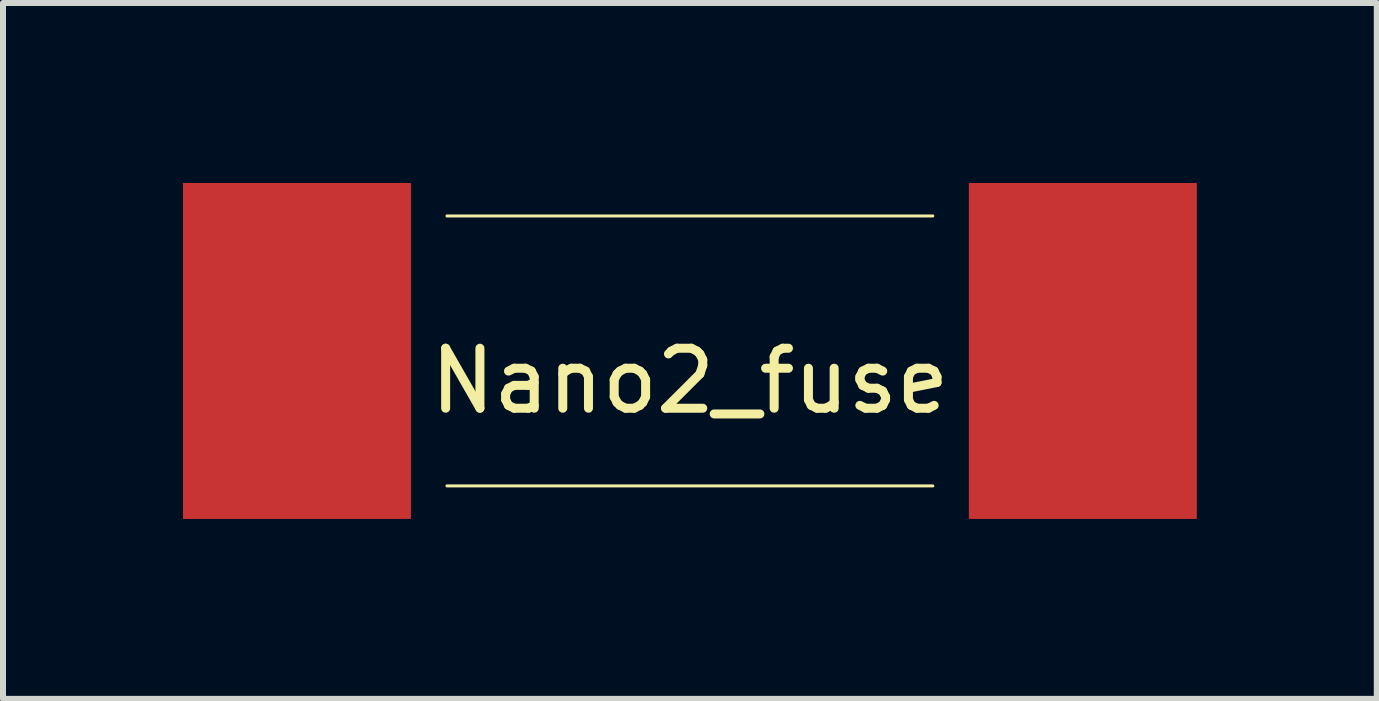
<source format=kicad_pcb>
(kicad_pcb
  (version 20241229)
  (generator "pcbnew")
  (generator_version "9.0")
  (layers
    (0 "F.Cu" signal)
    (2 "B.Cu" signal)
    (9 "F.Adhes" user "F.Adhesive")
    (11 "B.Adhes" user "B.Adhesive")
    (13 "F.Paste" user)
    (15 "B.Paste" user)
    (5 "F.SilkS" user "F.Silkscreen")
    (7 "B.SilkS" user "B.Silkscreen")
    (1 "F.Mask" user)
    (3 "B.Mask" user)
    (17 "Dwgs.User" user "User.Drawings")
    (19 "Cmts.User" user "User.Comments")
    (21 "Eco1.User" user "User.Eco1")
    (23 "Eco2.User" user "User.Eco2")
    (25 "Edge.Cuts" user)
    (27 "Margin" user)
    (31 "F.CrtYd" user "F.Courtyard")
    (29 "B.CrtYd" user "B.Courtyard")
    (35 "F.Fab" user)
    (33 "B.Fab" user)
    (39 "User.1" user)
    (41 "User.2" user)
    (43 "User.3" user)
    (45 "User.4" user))
  (footprint "Nano2_fuse"
    (layer "F.Cu")
    (at 8.45 2.8)
    (property "Reference" "Nano2_fuse" (at 0 0.5 0) (layer "F.SilkS") (effects (font (size 1 1) (thickness 0.15))))
    (attr through_hole)
    (fp_line (start -4.05 2.25) (end 4.05 2.25) (stroke (width 0.05) (type solid)) (layer "F.SilkS"))
    (fp_line (start 4.05 -2.25) (end -4.05 -2.25) (stroke (width 0.05) (type solid)) (layer "F.SilkS"))
    (pad "1" smd rect (at -6.55 0) (size 3.8 5.6) (layers "F.Cu" "F.Mask" "F.Paste"))
    (pad "2" smd rect (at 6.55 0) (size 3.8 5.6) (layers "F.Cu" "F.Mask" "F.Paste")))
  (gr_rect
    (start -3 -3)
    (end 19.9 8.6)
    (stroke (width 0.1) (type default))
    (fill no)
    (layer "Edge.Cuts")))
</source>
